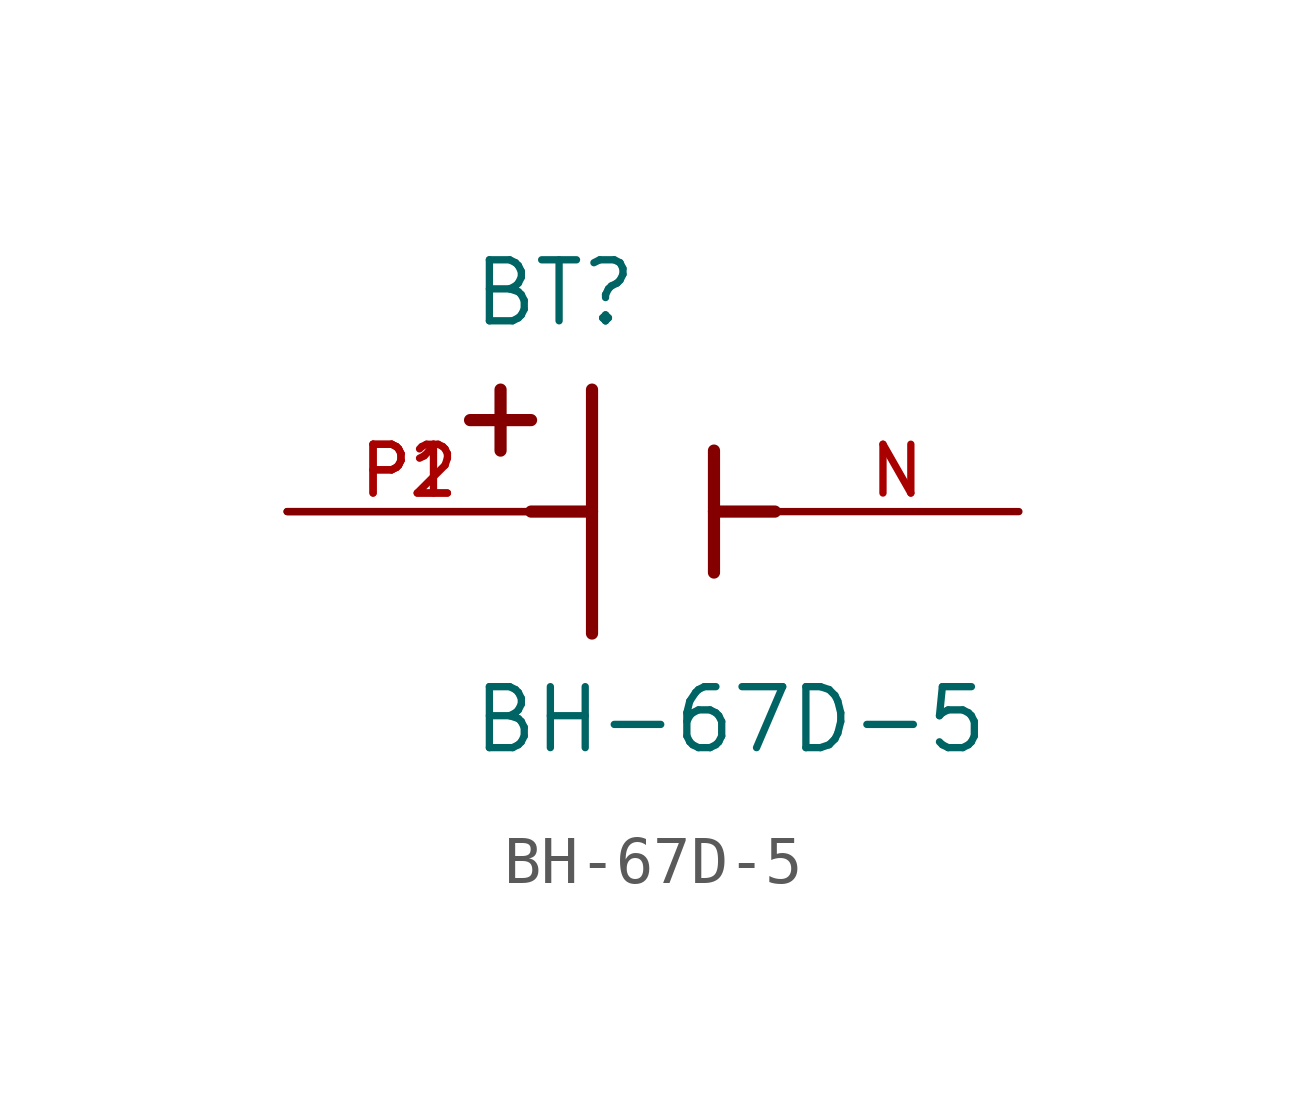
<source format=kicad_sym>
(kicad_symbol_lib
  (version 20220914)
  (generator kicad_symbol_editor)
  (symbol "BH-67D-5"
    (pin_names
      (offset 1.016))
    (property "Reference" "BT"
      (at -3.81 3.81 0)
      (effects (font (size 1.27 1.27)) (justify left bottom)))
    (property "Value" "BH-67D-5"
      (at -3.81 -5.08 0)
      (effects (font (size 1.27 1.27)) (justify left bottom)))
    (symbol "BH-67D-5_0_0"
      (polyline (pts (xy -3.81 1.905) (xy -2.54 1.905)) (stroke (width 0.254) (type default)) (fill (type none)))
      (polyline (pts (xy -3.175 2.54) (xy -3.175 1.27)) (stroke (width 0.254) (type default)) (fill (type none)))
      (polyline (pts (xy -1.27 0) (xy -2.54 0)) (stroke (width 0.254) (type default)) (fill (type none)))
      (polyline (pts (xy -1.27 2.54) (xy -1.27 -2.54)) (stroke (width 0.254) (type default)) (fill (type none)))
      (polyline (pts (xy 1.27 0) (xy 2.54 0)) (stroke (width 0.254) (type default)) (fill (type none)))
      (polyline (pts (xy 1.27 1.27) (xy 1.27 -1.27)) (stroke (width 0.254) (type default)) (fill (type none))))
    (symbol "BH-67D-5_1_0"
      (pin power_out line (at 7.62 0 180) (length 5.08) (name "~" (effects (font (size 1.016 1.016)))) (number "N" (effects (font (size 1.016 1.016)))))
      (pin power_out line (at -7.62 0 0) (length 5.08) (name "~" (effects (font (size 1.016 1.016)))) (number "P1" (effects (font (size 1.016 1.016)))))
      (pin power_out line (at -7.62 0 0) (length 5.08) (name "~" (effects (font (size 1.016 1.016)))) (number "P2" (effects (font (size 1.016 1.016))))))))
</source>
